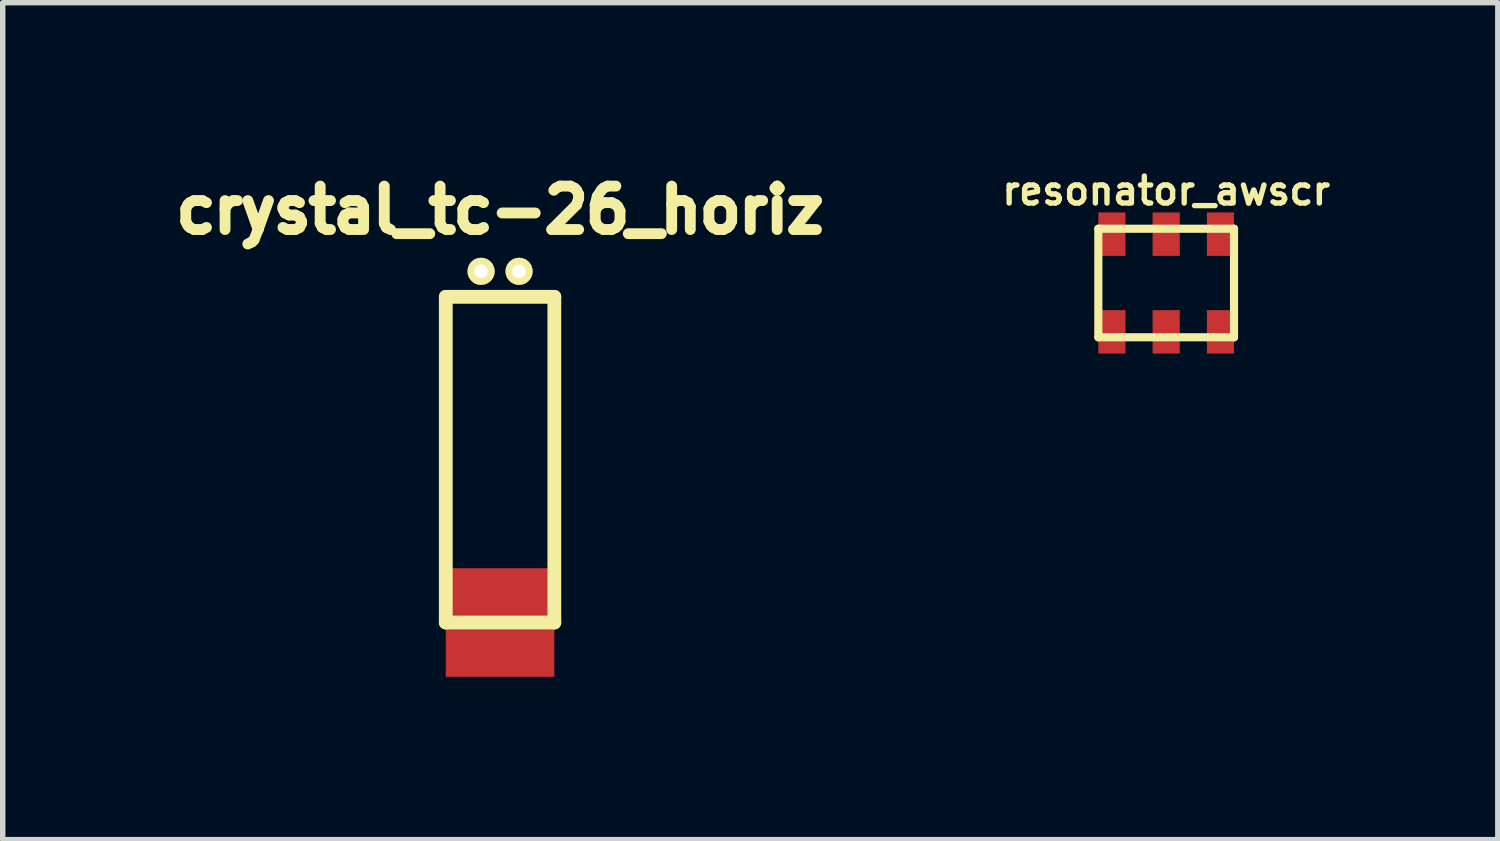
<source format=kicad_pcb>
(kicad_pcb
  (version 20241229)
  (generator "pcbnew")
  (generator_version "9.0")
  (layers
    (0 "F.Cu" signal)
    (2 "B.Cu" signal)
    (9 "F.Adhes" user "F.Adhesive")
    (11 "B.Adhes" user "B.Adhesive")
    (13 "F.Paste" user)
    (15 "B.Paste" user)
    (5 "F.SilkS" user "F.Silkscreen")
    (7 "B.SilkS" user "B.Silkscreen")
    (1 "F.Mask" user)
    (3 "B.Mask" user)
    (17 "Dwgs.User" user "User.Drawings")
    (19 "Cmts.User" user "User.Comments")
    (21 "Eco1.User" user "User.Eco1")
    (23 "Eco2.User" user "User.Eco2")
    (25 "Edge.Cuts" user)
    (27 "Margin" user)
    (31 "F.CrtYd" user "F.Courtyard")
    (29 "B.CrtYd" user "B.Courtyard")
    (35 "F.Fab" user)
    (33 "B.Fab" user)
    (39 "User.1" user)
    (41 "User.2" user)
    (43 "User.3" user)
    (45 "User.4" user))
  (footprint "crystal_tc-26_horiz"
    (layer "F.Cu")
    (at 6.163 5.119)
    (property "Reference" "crystal_tc-26_horiz" (at 0 -4.3 0) (layer "F.SilkS") (effects (font (size 0.8 0.8) (thickness 0.2))))
    (attr through_hole)
    (fp_line (start -1 -2.7) (end -1 3.3) (stroke (width 0.254) (type solid)) (layer "F.SilkS"))
    (fp_line (start -1 -2.7) (end 1 -2.7) (stroke (width 0.254) (type solid)) (layer "F.SilkS"))
    (fp_line (start -1 3.3) (end 1 3.3) (stroke (width 0.254) (type solid)) (layer "F.SilkS"))
    (fp_line (start 1 -2.7) (end 1 3.3) (stroke (width 0.254) (type solid)) (layer "F.SilkS"))
    (pad "" smd rect (at 0 3.3) (size 2 2) (layers "F.Cu" "F.Mask" "F.Paste"))
    (pad "1" thru_hole oval (at -0.35 -3.17) (size 0.5 0.5) (drill 0.25) (layers "*.Cu" "*.Mask" "F.SilkS"))
    (pad "2" thru_hole oval (at 0.35 -3.17) (size 0.5 0.5) (drill 0.25) (layers "*.Cu" "*.Mask" "F.SilkS")))
  (footprint "resonator_awscr"
    (layer "F.Cu")
    (at 18.435 2.164)
    (property "Reference" "resonator_awscr" (at 0 -1.699 0) (layer "F.SilkS") (effects (font (size 0.498 0.498) (thickness 0.099))))
    (attr through_hole)
    (fp_line (start -1.25 -1) (end -1.25 1) (stroke (width 0.15) (type solid)) (layer "F.SilkS"))
    (fp_line (start -1.25 1) (end 1.25 1) (stroke (width 0.15) (type solid)) (layer "F.SilkS"))
    (fp_line (start 1.25 -1) (end -1.25 -1) (stroke (width 0.15) (type solid)) (layer "F.SilkS"))
    (fp_line (start 1.25 1) (end 1.25 -1) (stroke (width 0.15) (type solid)) (layer "F.SilkS"))
    (pad "1" smd rect (at -1 -0.9) (size 0.5 0.8) (layers "F.Cu" "F.Mask" "F.Paste"))
    (pad "1" smd rect (at -1 0.9) (size 0.5 0.8) (layers "F.Cu" "F.Mask" "F.Paste"))
    (pad "2" smd rect (at 0 -0.9) (size 0.5 0.8) (layers "F.Cu" "F.Mask" "F.Paste"))
    (pad "2" smd rect (at 0 0.9) (size 0.5 0.8) (layers "F.Cu" "F.Mask" "F.Paste"))
    (pad "3" smd rect (at 1 -0.9) (size 0.5 0.8) (layers "F.Cu" "F.Mask" "F.Paste"))
    (pad "3" smd rect (at 1 0.9) (size 0.5 0.8) (layers "F.Cu" "F.Mask" "F.Paste")))
  (gr_rect
    (start -3 -3)
    (end 24.545 12.419)
    (stroke (width 0.1) (type default))
    (fill no)
    (layer "Edge.Cuts")))
</source>
